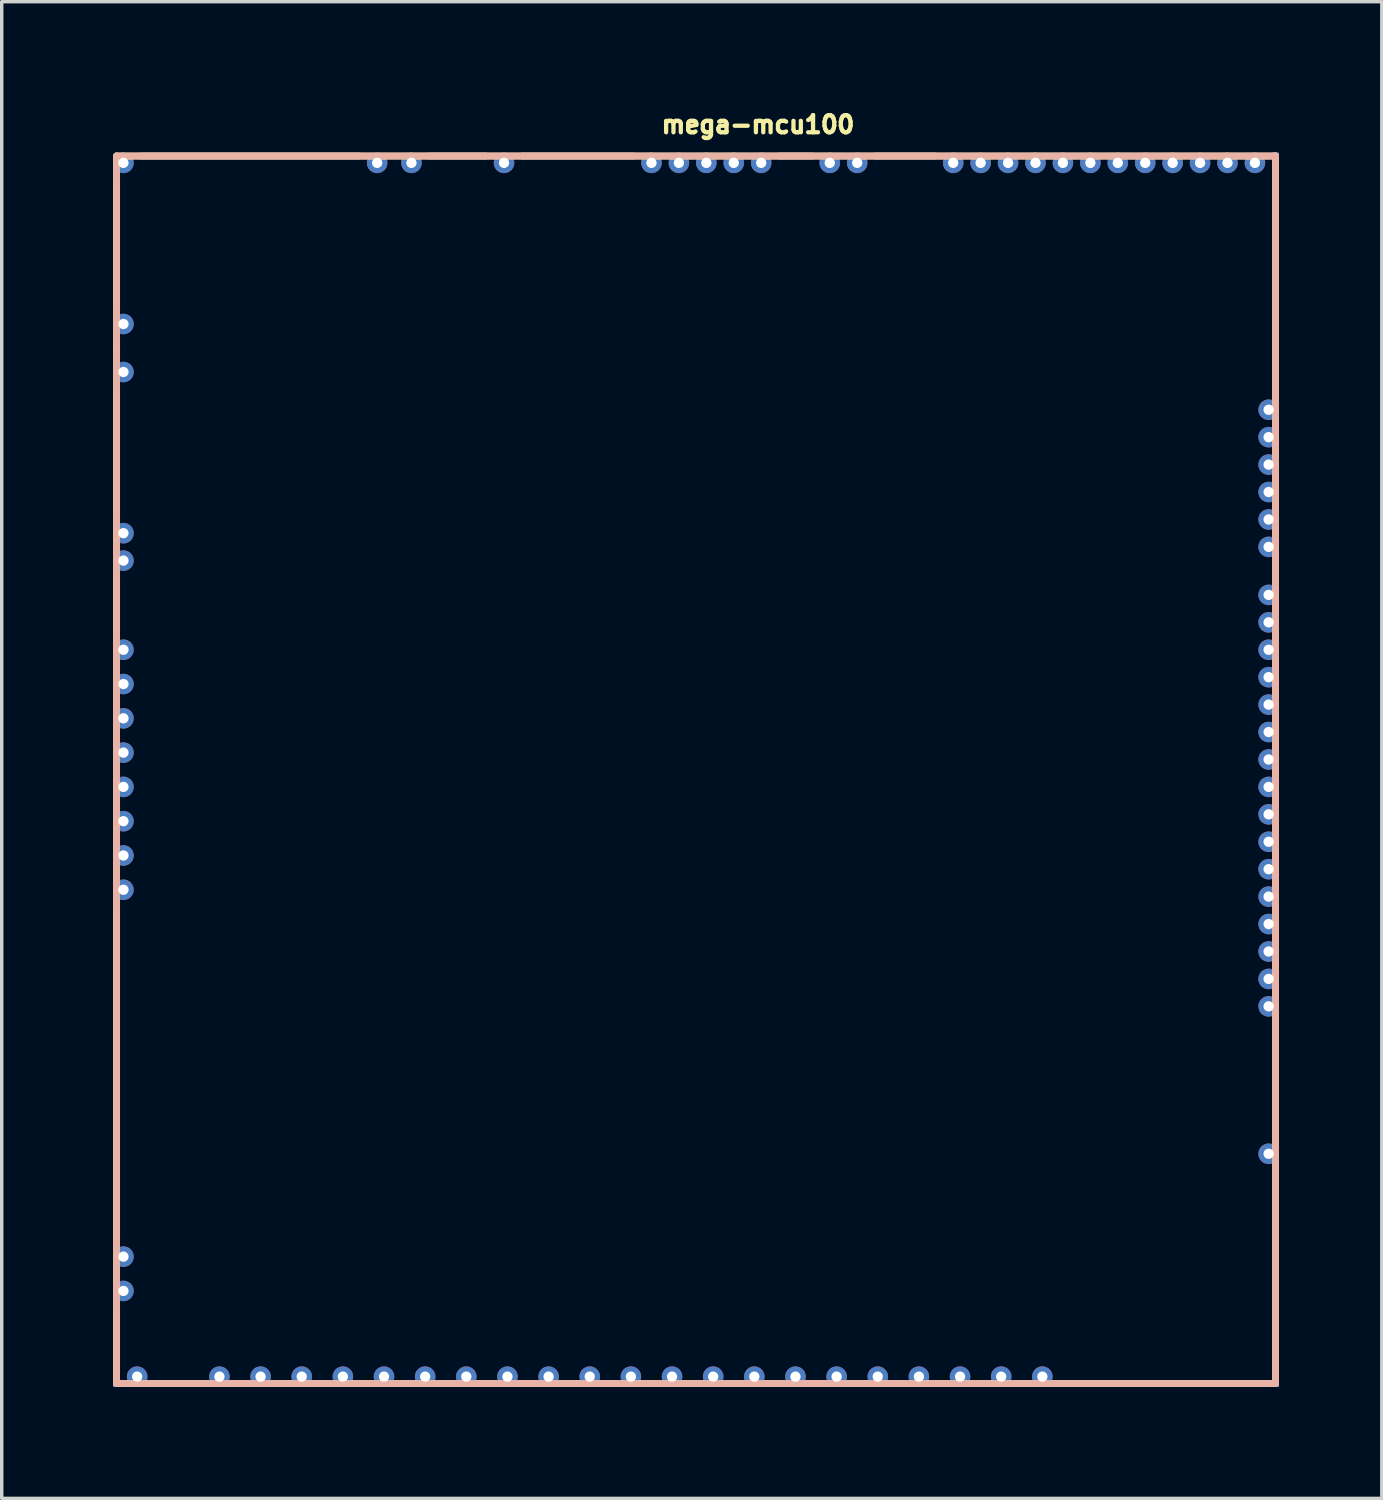
<source format=kicad_pcb>
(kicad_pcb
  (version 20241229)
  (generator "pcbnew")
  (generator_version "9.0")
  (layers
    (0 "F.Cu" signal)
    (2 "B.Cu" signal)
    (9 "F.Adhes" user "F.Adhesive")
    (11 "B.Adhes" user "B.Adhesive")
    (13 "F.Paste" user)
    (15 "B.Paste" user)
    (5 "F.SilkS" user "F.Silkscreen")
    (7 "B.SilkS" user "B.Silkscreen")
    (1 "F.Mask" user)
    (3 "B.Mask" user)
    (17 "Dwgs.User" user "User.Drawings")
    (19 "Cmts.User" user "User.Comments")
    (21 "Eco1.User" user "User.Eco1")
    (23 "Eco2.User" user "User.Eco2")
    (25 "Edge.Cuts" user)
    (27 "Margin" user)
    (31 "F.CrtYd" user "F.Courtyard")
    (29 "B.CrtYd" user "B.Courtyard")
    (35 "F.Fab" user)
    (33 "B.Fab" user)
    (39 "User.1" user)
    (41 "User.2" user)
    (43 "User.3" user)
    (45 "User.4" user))
  (footprint "mega-mcu100"
    (layer "F.Cu")
    (at 0.25 37.4)
    (property "Reference" "mega-mcu100" (at 15.926 -36.525 0) (unlocked yes) (layer "F.SilkS") (effects (font (size 0.5 0.5) (thickness 0.125)) (justify left bottom)))
    (fp_line (start 0.1 -35.9) (end 33.9 -35.9) (stroke (width 0.2) (type solid)) (layer "F.SilkS"))
    (fp_line (start 0.1 -0.1) (end 0.1 -35.9) (stroke (width 0.2) (type solid)) (layer "F.SilkS"))
    (fp_line (start 0.1 -0.1) (end 33.9 -0.1) (stroke (width 0.2) (type solid)) (layer "F.SilkS"))
    (fp_line (start 33.9 -0.1) (end 33.9 -35.9) (stroke (width 0.2) (type solid)) (layer "F.SilkS"))
    (fp_line (start 0.1 -35.9) (end 33.9 -35.9) (stroke (width 0.2) (type solid)) (layer "B.SilkS"))
    (fp_line (start 0.1 -0.1) (end 0.1 -35.9) (stroke (width 0.2) (type solid)) (layer "B.SilkS"))
    (fp_line (start 0.1 -0.1) (end 33.9 -0.1) (stroke (width 0.2) (type solid)) (layer "B.SilkS"))
    (fp_line (start 33.9 -0.1) (end 33.9 -35.9) (stroke (width 0.2) (type solid)) (layer "B.SilkS"))
    (pad "E1" thru_hole circle (at 33.7 -6.8 270) (size 0.6 0.6) (drill 0.3) (layers "*.Cu"))
    (pad "E2" thru_hole circle (at 33.7 -11.1 270) (size 0.6 0.6) (drill 0.3) (layers "*.Cu"))
    (pad "E3" thru_hole circle (at 33.7 -11.9 180) (size 0.6 0.6) (drill 0.3) (layers "*.Cu"))
    (pad "E4" thru_hole circle (at 33.7 -12.7 180) (size 0.6 0.6) (drill 0.3) (layers "*.Cu"))
    (pad "E5" thru_hole circle (at 33.7 -13.5 270) (size 0.6 0.6) (drill 0.3) (layers "*.Cu"))
    (pad "E6" thru_hole circle (at 33.7 -14.3) (size 0.6 0.6) (drill 0.3) (layers "*.Cu"))
    (pad "E7" thru_hole circle (at 33.7 -15.1) (size 0.6 0.6) (drill 0.3) (layers "*.Cu"))
    (pad "E8" thru_hole circle (at 33.7 -15.9) (size 0.6 0.6) (drill 0.3) (layers "*.Cu"))
    (pad "E9" thru_hole circle (at 33.7 -16.7) (size 0.6 0.6) (drill 0.3) (layers "*.Cu"))
    (pad "E10" thru_hole circle (at 33.7 -17.5 180) (size 0.6 0.6) (drill 0.3) (layers "*.Cu"))
    (pad "E11" thru_hole circle (at 33.7 -18.3 180) (size 0.6 0.6) (drill 0.3) (layers "*.Cu"))
    (pad "E12" thru_hole circle (at 33.7 -19.1 180) (size 0.6 0.6) (drill 0.3) (layers "*.Cu"))
    (pad "E13" thru_hole circle (at 33.7 -19.9 180) (size 0.6 0.6) (drill 0.3) (layers "*.Cu"))
    (pad "E14" thru_hole circle (at 33.7 -20.7 180) (size 0.6 0.6) (drill 0.3) (layers "*.Cu"))
    (pad "E15" thru_hole circle (at 33.7 -21.5 180) (size 0.6 0.6) (drill 0.3) (layers "*.Cu"))
    (pad "E16" thru_hole circle (at 33.7 -22.3 270) (size 0.6 0.6) (drill 0.3) (layers "*.Cu"))
    (pad "E17" thru_hole circle (at 33.7 -23.1 270) (size 0.6 0.6) (drill 0.3) (layers "*.Cu"))
    (pad "E18" thru_hole circle (at 33.7 -24.5 270) (size 0.6 0.6) (drill 0.3) (layers "*.Cu"))
    (pad "E19" thru_hole circle (at 33.7 -25.3 270) (size 0.6 0.6) (drill 0.3) (layers "*.Cu"))
    (pad "E20" thru_hole circle (at 33.7 -26.1 270) (size 0.6 0.6) (drill 0.3) (layers "*.Cu"))
    (pad "E21" thru_hole circle (at 33.7 -26.9 270) (size 0.6 0.6) (drill 0.3) (layers "*.Cu"))
    (pad "E22" thru_hole circle (at 33.7 -27.7 270) (size 0.6 0.6) (drill 0.3) (layers "*.Cu"))
    (pad "E23" thru_hole circle (at 33.7 -28.5 180) (size 0.6 0.6) (drill 0.3) (layers "*.Cu"))
    (pad "G" smd rect (at 0.1 -1.15) (size 0.2 2.3) (layers "F.Cu" "F.Paste"))
    (pad "G" smd rect (at 0.1 -1.15) (size 0.2 2.3) (layers "B.Cu" "B.Paste"))
    (pad "G" smd rect (at 0.1 -1.15) (size 0.2 2.3) (layers "In1.Cu"))
    (pad "G" smd rect (at 0.1 -1.15) (size 0.2 2.3) (layers "In2.Cu"))
    (pad "G" smd rect (at 0.1 -33.35) (size 0.2 3.7) (layers "F.Cu" "F.Paste"))
    (pad "G" smd rect (at 0.1 -33.35) (size 0.2 3.7) (layers "B.Cu" "B.Paste"))
    (pad "G" smd rect (at 0.1 -33.35) (size 0.2 3.7) (layers "In1.Cu"))
    (pad "G" smd rect (at 0.1 -33.35) (size 0.2 3.7) (layers "In2.Cu"))
    (pad "G" smd rect (at 0.1 -30.3) (size 0.2 0.4) (layers "F.Cu" "F.Paste"))
    (pad "G" smd rect (at 0.1 -30.3) (size 0.2 0.4) (layers "B.Cu" "B.Paste"))
    (pad "G" smd rect (at 0.1 -30.3) (size 0.2 0.4) (layers "In1.Cu"))
    (pad "G" smd rect (at 0.1 -30.3) (size 0.2 0.4) (layers "In2.Cu"))
    (pad "G" smd rect (at 0.1 -27.25) (size 0.2 3.7) (layers "F.Cu" "F.Paste"))
    (pad "G" smd rect (at 0.1 -27.25) (size 0.2 3.7) (layers "B.Cu" "B.Paste"))
    (pad "G" smd rect (at 0.1 -27.25) (size 0.2 3.7) (layers "In1.Cu"))
    (pad "G" smd rect (at 0.1 -27.25) (size 0.2 3.7) (layers "In2.Cu"))
    (pad "G" smd rect (at 0.1 -22.8) (size 0.2 1.6) (layers "F.Cu" "F.Paste"))
    (pad "G" smd rect (at 0.1 -22.8) (size 0.2 1.6) (layers "B.Cu" "B.Paste"))
    (pad "G" smd rect (at 0.1 -22.8) (size 0.2 1.6) (layers "In1.Cu"))
    (pad "G" smd rect (at 0.1 -22.8) (size 0.2 1.6) (layers "In2.Cu"))
    (pad "G" smd rect (at 0.1 -9.15) (size 0.2 9.7) (layers "F.Cu" "F.Paste"))
    (pad "G" smd rect (at 0.1 -9.15) (size 0.2 9.7) (layers "B.Cu" "B.Paste"))
    (pad "G" smd rect (at 0.1 -9.15) (size 0.2 9.7) (layers "In1.Cu"))
    (pad "G" smd rect (at 0.1 -9.15) (size 0.2 9.7) (layers "In2.Cu"))
    (pad "G" smd rect (at 1.9 -0.1 90) (size 0.2 1.4) (layers "F.Cu" "F.Paste"))
    (pad "G" smd rect (at 1.9 -0.1 90) (size 0.2 1.4) (layers "B.Cu" "B.Paste"))
    (pad "G" smd rect (at 1.9 -0.1 90) (size 0.2 1.4) (layers "In1.Cu"))
    (pad "G" smd rect (at 1.9 -0.1 90) (size 0.2 1.4) (layers "In2.Cu"))
    (pad "G" smd rect (at 4 -35.9 270) (size 0.2 6.4) (layers "F.Cu" "F.Paste"))
    (pad "G" smd rect (at 4 -35.9 270) (size 0.2 6.4) (layers "B.Cu" "B.Paste"))
    (pad "G" smd rect (at 4 -35.9 270) (size 0.2 6.4) (layers "In1.Cu"))
    (pad "G" smd rect (at 4 -35.9 270) (size 0.2 6.4) (layers "In2.Cu"))
    (pad "G" smd rect (at 10.05 -35.9 270) (size 0.2 1.7) (layers "F.Cu" "F.Paste"))
    (pad "G" smd rect (at 10.05 -35.9 270) (size 0.2 1.7) (layers "B.Cu" "B.Paste"))
    (pad "G" smd rect (at 10.05 -35.9 270) (size 0.2 1.7) (layers "In1.Cu"))
    (pad "G" smd rect (at 10.05 -35.9 270) (size 0.2 1.7) (layers "In2.Cu"))
    (pad "G" smd rect (at 13.55 -35.9 270) (size 0.2 3.3) (layers "F.Cu" "F.Paste"))
    (pad "G" smd rect (at 13.55 -35.9 270) (size 0.2 3.3) (layers "B.Cu" "B.Paste"))
    (pad "G" smd rect (at 13.55 -35.9 270) (size 0.2 3.3) (layers "In1.Cu"))
    (pad "G" smd rect (at 13.55 -35.9 270) (size 0.2 3.3) (layers "In2.Cu"))
    (pad "G" smd rect (at 19.9 -35.9 270) (size 0.2 1) (layers "F.Cu" "F.Paste"))
    (pad "G" smd rect (at 19.9 -35.9 270) (size 0.2 1) (layers "B.Cu" "B.Paste"))
    (pad "G" smd rect (at 19.9 -35.9 270) (size 0.2 1) (layers "In1.Cu"))
    (pad "G" smd rect (at 19.9 -35.9 270) (size 0.2 1) (layers "In2.Cu"))
    (pad "G" smd rect (at 23.1 -35.9 270) (size 0.2 1.8) (layers "F.Cu" "F.Paste"))
    (pad "G" smd rect (at 23.1 -35.9 270) (size 0.2 1.8) (layers "B.Cu" "B.Paste"))
    (pad "G" smd rect (at 23.1 -35.9 270) (size 0.2 1.8) (layers "In1.Cu"))
    (pad "G" smd rect (at 23.1 -35.9 270) (size 0.2 1.8) (layers "In2.Cu"))
    (pad "G" smd rect (at 30.8 -0.1 90) (size 0.2 6.4) (layers "F.Cu" "F.Paste"))
    (pad "G" smd rect (at 30.8 -0.1 90) (size 0.2 6.4) (layers "B.Cu" "B.Paste"))
    (pad "G" smd rect (at 30.8 -0.1 90) (size 0.2 6.4) (layers "In1.Cu"))
    (pad "G" smd rect (at 30.8 -0.1 90) (size 0.2 6.4) (layers "In2.Cu"))
    (pad "G" smd rect (at 33.9 -32.5 180) (size 0.2 7) (layers "F.Cu" "F.Paste"))
    (pad "G" smd rect (at 33.9 -32.5 180) (size 0.2 7) (layers "B.Cu" "B.Paste"))
    (pad "G" smd rect (at 33.9 -32.5 180) (size 0.2 7) (layers "In1.Cu"))
    (pad "G" smd rect (at 33.9 -32.5 180) (size 0.2 7) (layers "In2.Cu"))
    (pad "G" smd rect (at 33.9 -23.8 180) (size 0.2 0.4) (layers "F.Cu" "F.Paste"))
    (pad "G" smd rect (at 33.9 -23.8 180) (size 0.2 0.4) (layers "B.Cu" "B.Paste"))
    (pad "G" smd rect (at 33.9 -23.8 180) (size 0.2 0.4) (layers "In1.Cu"))
    (pad "G" smd rect (at 33.9 -23.8 180) (size 0.2 0.4) (layers "In2.Cu"))
    (pad "G" smd rect (at 33.9 -8.95 180) (size 0.2 3.3) (layers "F.Cu" "F.Paste"))
    (pad "G" smd rect (at 33.9 -8.95 180) (size 0.2 3.3) (layers "B.Cu" "B.Paste"))
    (pad "G" smd rect (at 33.9 -8.95 180) (size 0.2 3.3) (layers "In1.Cu"))
    (pad "G" smd rect (at 33.9 -8.95 180) (size 0.2 3.3) (layers "In2.Cu"))
    (pad "G" smd rect (at 33.9 -3.15 180) (size 0.2 6.3) (layers "F.Cu" "F.Paste"))
    (pad "G" smd rect (at 33.9 -3.15 180) (size 0.2 6.3) (layers "B.Cu" "B.Paste"))
    (pad "G" smd rect (at 33.9 -3.15 180) (size 0.2 6.3) (layers "In1.Cu"))
    (pad "G" smd rect (at 33.9 -3.15 180) (size 0.2 6.3) (layers "In2.Cu"))
    (pad "N1" thru_hole circle (at 33.3 -35.7 270) (size 0.6 0.6) (drill 0.3) (layers "*.Cu"))
    (pad "N2" thru_hole circle (at 32.5 -35.7 270) (size 0.6 0.6) (drill 0.3) (layers "*.Cu"))
    (pad "N3" thru_hole circle (at 31.7 -35.7 270) (size 0.6 0.6) (drill 0.3) (layers "*.Cu"))
    (pad "N4" thru_hole circle (at 30.9 -35.7 270) (size 0.6 0.6) (drill 0.3) (layers "*.Cu"))
    (pad "N5" thru_hole circle (at 30.1 -35.7 270) (size 0.6 0.6) (drill 0.3) (layers "*.Cu"))
    (pad "N6" thru_hole circle (at 29.3 -35.7 270) (size 0.6 0.6) (drill 0.3) (layers "*.Cu"))
    (pad "N7" thru_hole circle (at 28.5 -35.7 90) (size 0.6 0.6) (drill 0.3) (layers "*.Cu"))
    (pad "N8" thru_hole circle (at 27.7 -35.7 270) (size 0.6 0.6) (drill 0.3) (layers "*.Cu"))
    (pad "N9" thru_hole circle (at 26.9 -35.7 90) (size 0.6 0.6) (drill 0.3) (layers "*.Cu"))
    (pad "N10" thru_hole circle (at 26.1 -35.7 90) (size 0.6 0.6) (drill 0.3) (layers "*.Cu"))
    (pad "N11" thru_hole circle (at 25.3 -35.7 90) (size 0.6 0.6) (drill 0.3) (layers "*.Cu"))
    (pad "N12" thru_hole circle (at 24.5 -35.7 90) (size 0.6 0.6) (drill 0.3) (layers "*.Cu"))
    (pad "N13" thru_hole circle (at 21.7 -35.7 270) (size 0.6 0.6) (drill 0.3) (layers "*.Cu"))
    (pad "N14" thru_hole circle (at 20.9 -35.7 270) (size 0.6 0.6) (drill 0.3) (layers "*.Cu"))
    (pad "N15" thru_hole circle (at 18.9 -35.7 270) (size 0.6 0.6) (drill 0.3) (layers "*.Cu"))
    (pad "N16" thru_hole circle (at 18.1 -35.7 90) (size 0.6 0.6) (drill 0.3) (layers "*.Cu"))
    (pad "N17" thru_hole circle (at 17.3 -35.7 270) (size 0.6 0.6) (drill 0.3) (layers "*.Cu"))
    (pad "N18" thru_hole circle (at 16.5 -35.7 270) (size 0.6 0.6) (drill 0.3) (layers "*.Cu"))
    (pad "N19" thru_hole circle (at 15.7 -35.7 270) (size 0.6 0.6) (drill 0.3) (layers "*.Cu"))
    (pad "N20" thru_hole circle (at 11.4 -35.7 270) (size 0.6 0.6) (drill 0.3) (layers "*.Cu"))
    (pad "N21" thru_hole circle (at 8.7 -35.7 270) (size 0.6 0.6) (drill 0.3) (layers "*.Cu"))
    (pad "N22" thru_hole circle (at 7.7 -35.7 270) (size 0.6 0.6) (drill 0.3) (layers "*.Cu"))
    (pad "N23" thru_hole circle (at 0.3 -35.7 270) (size 0.6 0.6) (drill 0.3) (layers "*.Cu"))
    (pad "S1" thru_hole circle (at 27.1 -0.3 270) (size 0.6 0.6) (drill 0.3) (layers "*.Cu"))
    (pad "S2" thru_hole circle (at 25.9 -0.3 270) (size 0.6 0.6) (drill 0.3) (layers "*.Cu"))
    (pad "S3" thru_hole circle (at 24.7 -0.3 270) (size 0.6 0.6) (drill 0.3) (layers "*.Cu"))
    (pad "S4" thru_hole circle (at 23.5 -0.3 270) (size 0.6 0.6) (drill 0.3) (layers "*.Cu"))
    (pad "S5" thru_hole circle (at 22.3 -0.3 270) (size 0.6 0.6) (drill 0.3) (layers "*.Cu"))
    (pad "S6" thru_hole circle (at 21.1 -0.3 270) (size 0.6 0.6) (drill 0.3) (layers "*.Cu"))
    (pad "S7" thru_hole circle (at 19.9 -0.3 270) (size 0.6 0.6) (drill 0.3) (layers "*.Cu"))
    (pad "S8" thru_hole circle (at 18.7 -0.3 270) (size 0.6 0.6) (drill 0.3) (layers "*.Cu"))
    (pad "S9" thru_hole circle (at 17.5 -0.3 270) (size 0.6 0.6) (drill 0.3) (layers "*.Cu"))
    (pad "S10" thru_hole circle (at 16.3 -0.3 270) (size 0.6 0.6) (drill 0.3) (layers "*.Cu"))
    (pad "S11" thru_hole circle (at 15.1 -0.3 270) (size 0.6 0.6) (drill 0.3) (layers "*.Cu"))
    (pad "S12" thru_hole circle (at 13.9 -0.3 270) (size 0.6 0.6) (drill 0.3) (layers "*.Cu"))
    (pad "S13" thru_hole circle (at 12.7 -0.3 270) (size 0.6 0.6) (drill 0.3) (layers "*.Cu"))
    (pad "S14" thru_hole circle (at 11.5 -0.3 270) (size 0.6 0.6) (drill 0.3) (layers "*.Cu"))
    (pad "S15" thru_hole circle (at 10.3 -0.3 270) (size 0.6 0.6) (drill 0.3) (layers "*.Cu"))
    (pad "S16" thru_hole circle (at 9.1 -0.3 270) (size 0.6 0.6) (drill 0.3) (layers "*.Cu"))
    (pad "S17" thru_hole circle (at 7.9 -0.3 270) (size 0.6 0.6) (drill 0.3) (layers "*.Cu"))
    (pad "S18" thru_hole circle (at 6.7 -0.3 270) (size 0.6 0.6) (drill 0.3) (layers "*.Cu"))
    (pad "S19" thru_hole circle (at 5.5 -0.3 270) (size 0.6 0.6) (drill 0.3) (layers "*.Cu"))
    (pad "S20" thru_hole circle (at 4.3 -0.3 270) (size 0.6 0.6) (drill 0.3) (layers "*.Cu"))
    (pad "S21" thru_hole circle (at 3.1 -0.3 270) (size 0.6 0.6) (drill 0.3) (layers "*.Cu"))
    (pad "S22" thru_hole circle (at 0.7 -0.3 270) (size 0.6 0.6) (drill 0.3) (layers "*.Cu"))
    (pad "W1" thru_hole circle (at 0.3 -2.8 180) (size 0.6 0.6) (drill 0.3) (layers "*.Cu"))
    (pad "W2" thru_hole circle (at 0.3 -3.8 270) (size 0.6 0.6) (drill 0.3) (layers "*.Cu"))
    (pad "W3" thru_hole circle (at 0.3 -14.5 180) (size 0.6 0.6) (drill 0.3) (layers "*.Cu"))
    (pad "W4" thru_hole circle (at 0.3 -15.5 180) (size 0.6 0.6) (drill 0.3) (layers "*.Cu"))
    (pad "W5" thru_hole circle (at 0.3 -16.5 180) (size 0.6 0.6) (drill 0.3) (layers "*.Cu"))
    (pad "W6" thru_hole circle (at 0.3 -17.5 180) (size 0.6 0.6) (drill 0.3) (layers "*.Cu"))
    (pad "W7" thru_hole circle (at 0.3 -18.5 180) (size 0.6 0.6) (drill 0.3) (layers "*.Cu"))
    (pad "W8" thru_hole circle (at 0.3 -19.5 180) (size 0.6 0.6) (drill 0.3) (layers "*.Cu"))
    (pad "W9" thru_hole circle (at 0.3 -20.5 180) (size 0.6 0.6) (drill 0.3) (layers "*.Cu"))
    (pad "W10" thru_hole circle (at 0.3 -21.5 180) (size 0.6 0.6) (drill 0.3) (layers "*.Cu"))
    (pad "W11" thru_hole circle (at 0.3 -24.1 270) (size 0.6 0.6) (drill 0.3) (layers "*.Cu"))
    (pad "W12" thru_hole circle (at 0.3 -24.9 270) (size 0.6 0.6) (drill 0.3) (layers "*.Cu"))
    (pad "W13" thru_hole circle (at 0.3 -29.6 180) (size 0.6 0.6) (drill 0.3) (layers "*.Cu"))
    (pad "W14" thru_hole circle (at 0.3 -31 270) (size 0.6 0.6) (drill 0.3) (layers "*.Cu"))
    (zone (net_name "") (layers "F.Cu" "B.Cu") (hatch edge 0.5) (connect_pads) (min_thickness 0.25) (filled_areas_thickness no) (keepout (tracks allowed) (vias allowed) (pads allowed) (copperpour not_allowed) (footprints allowed)) (placement (enabled no)) (fill) (polygon (pts (xy 34.15 1.5) (xy 34.15 37.3) (xy 0.35 37.3) (xy 0.35 1.5)))))
  (gr_rect
    (start -3 -3)
    (end 37.25 40.65)
    (stroke (width 0.1) (type default))
    (fill no)
    (layer "Edge.Cuts")))
</source>
